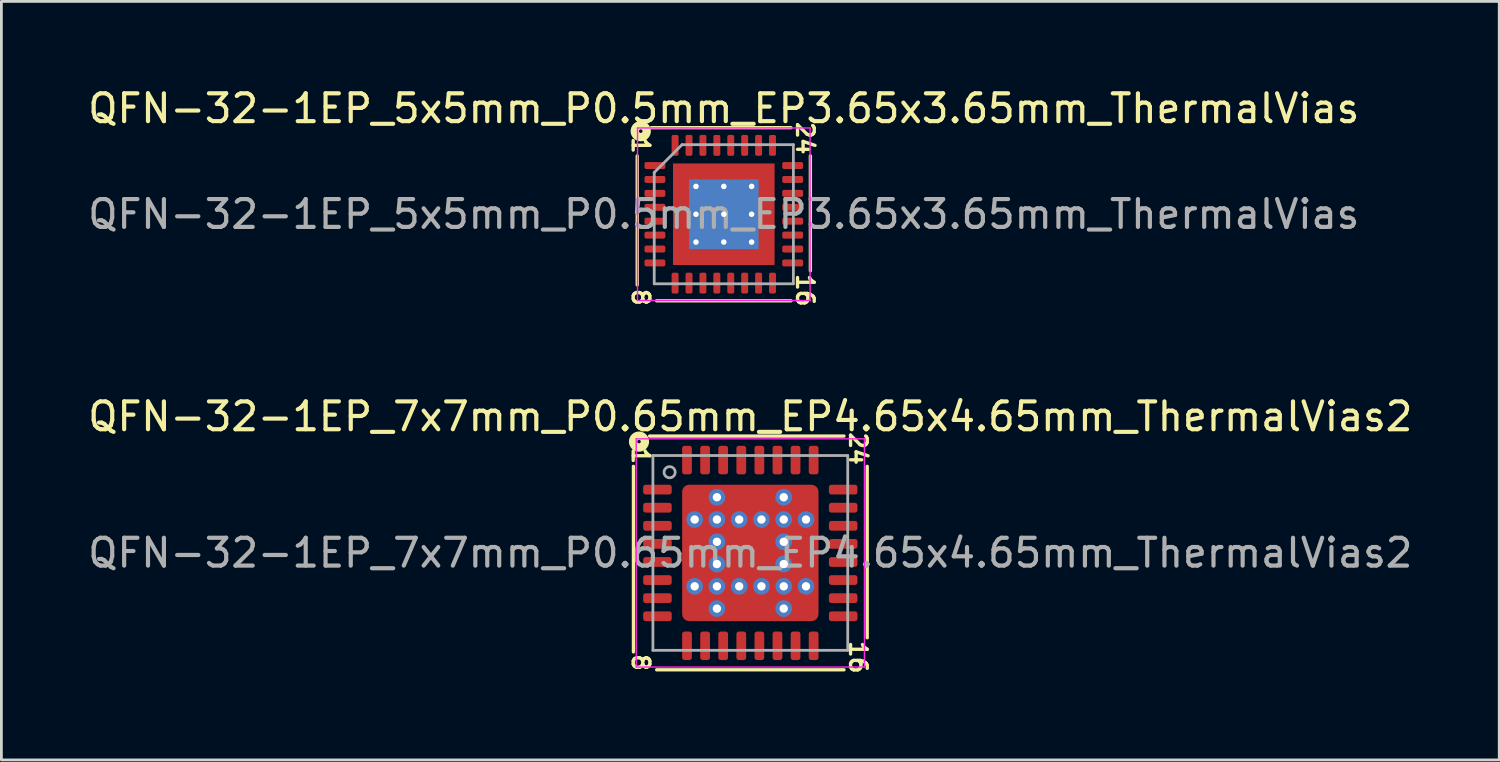
<source format=kicad_pcb>
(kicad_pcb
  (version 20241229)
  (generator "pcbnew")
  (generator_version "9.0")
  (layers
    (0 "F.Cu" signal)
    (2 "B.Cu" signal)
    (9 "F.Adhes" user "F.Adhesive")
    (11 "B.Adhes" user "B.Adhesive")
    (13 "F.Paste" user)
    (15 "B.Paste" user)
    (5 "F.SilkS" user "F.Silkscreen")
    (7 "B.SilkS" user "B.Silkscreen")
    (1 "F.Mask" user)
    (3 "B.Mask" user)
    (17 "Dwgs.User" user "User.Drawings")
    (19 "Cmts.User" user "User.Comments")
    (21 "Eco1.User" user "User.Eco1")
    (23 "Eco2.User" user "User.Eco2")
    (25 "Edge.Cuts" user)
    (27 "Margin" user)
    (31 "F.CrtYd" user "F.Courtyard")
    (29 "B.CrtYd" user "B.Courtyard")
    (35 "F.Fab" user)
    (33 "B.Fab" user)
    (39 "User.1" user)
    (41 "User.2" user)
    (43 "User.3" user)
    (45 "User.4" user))
  (footprint "QFN-32-1EP_5x5mm_P0.5mm_EP3.65x3.65mm_ThermalVias"
    (layer "F.Cu")
    (at 22.958 4.648)
    (property "Reference" "QFN-32-1EP_5x5mm_P0.5mm_EP3.65x3.65mm_ThermalVias" (at 0 -3.8 0) (layer "F.SilkS") (effects (font (size 1 1) (thickness 0.15))))
    (attr smd)
    (fp_line (start -3.111 -2.095) (end -3.111 2.54) (stroke (width 0.12) (type solid)) (layer "F.SilkS"))
    (fp_line (start -2.413 3.111) (end 2.413 3.111) (stroke (width 0.12) (type solid)) (layer "F.SilkS"))
    (fp_line (start 2.413 -3.111) (end -2.603 -3.111) (stroke (width 0.12) (type solid)) (layer "F.SilkS"))
    (fp_line (start 3.111 2.032) (end 3.111 -2.095) (stroke (width 0.12) (type solid)) (layer "F.SilkS"))
    (fp_circle (center -2.985 -2.985) (end -2.921 -2.985) (stroke (width 0.3) (type solid)) (fill no) (layer "F.SilkS"))
    (fp_line (start -3.1 -3.1) (end -3.1 3.1) (stroke (width 0.05) (type solid)) (layer "F.CrtYd"))
    (fp_line (start -3.1 3.1) (end 3.1 3.1) (stroke (width 0.05) (type solid)) (layer "F.CrtYd"))
    (fp_line (start 3.1 -3.1) (end -3.1 -3.1) (stroke (width 0.05) (type solid)) (layer "F.CrtYd"))
    (fp_line (start 3.1 3.1) (end 3.1 -3.1) (stroke (width 0.05) (type solid)) (layer "F.CrtYd"))
    (fp_line (start -2.5 -1.5) (end -1.5 -2.5) (stroke (width 0.1) (type solid)) (layer "F.Fab"))
    (fp_line (start -2.5 2.5) (end -2.5 -1.5) (stroke (width 0.1) (type solid)) (layer "F.Fab"))
    (fp_line (start -1.5 -2.5) (end 2.5 -2.5) (stroke (width 0.1) (type solid)) (layer "F.Fab"))
    (fp_line (start 2.5 -2.5) (end 2.5 2.5) (stroke (width 0.1) (type solid)) (layer "F.Fab"))
    (fp_line (start 2.5 2.5) (end -2.5 2.5) (stroke (width 0.1) (type solid)) (layer "F.Fab"))
    (fp_text user "1" (at -2.985 -2.477 270) (unlocked yes) (layer "F.SilkS") (effects (font (size 0.6 0.6) (thickness 0.12))))
    (fp_text user "16" (at 2.921 2.731 270) (unlocked yes) (layer "F.SilkS") (effects (font (size 0.6 0.6) (thickness 0.12))))
    (fp_text user "24" (at 2.921 -2.731 270) (unlocked yes) (layer "F.SilkS") (effects (font (size 0.6 0.6) (thickness 0.12))))
    (fp_text user "8" (at -2.985 2.985 270) (unlocked yes) (layer "F.SilkS") (effects (font (size 0.6 0.6) (thickness 0.12))))
    (fp_text user "${REFERENCE}" (at 0 0 0) (layer "F.Fab") (effects (font (size 1 1) (thickness 0.15))))
    (pad "" smd custom (at -1.413 -1.413) (size 0.578 0.578) (layers "F.Paste") (options (anchor circle)) (primitives (gr_poly (pts (xy -0.246 -0.246) (xy 0.246 -0.246) (xy 0.246 0.174) (xy 0.174 0.246) (xy -0.246 0.246)) (width 0.174) (fill yes))))
    (pad "" smd custom (at -1.413 -0.5) (size 0.59 0.59) (layers "F.Paste") (options (anchor circle)) (primitives (gr_poly (pts (xy -0.258 -0.328) (xy 0.195 -0.328) (xy 0.258 -0.266) (xy 0.258 0.266) (xy 0.195 0.328) (xy -0.258 0.328)) (width 0.15) (fill yes))))
    (pad "" smd custom (at -1.413 0.5) (size 0.59 0.59) (layers "F.Paste") (options (anchor circle)) (primitives (gr_poly (pts (xy -0.258 -0.328) (xy 0.195 -0.328) (xy 0.258 -0.266) (xy 0.258 0.266) (xy 0.195 0.328) (xy -0.258 0.328)) (width 0.15) (fill yes))))
    (pad "" smd custom (at -1.413 1.413) (size 0.578 0.578) (layers "F.Paste") (options (anchor circle)) (primitives (gr_poly (pts (xy -0.246 -0.246) (xy 0.174 -0.246) (xy 0.246 -0.174) (xy 0.246 0.246) (xy -0.246 0.246)) (width 0.174) (fill yes))))
    (pad "" smd custom (at -0.5 -1.413) (size 0.59 0.59) (layers "F.Paste") (options (anchor circle)) (primitives (gr_poly (pts (xy -0.328 -0.258) (xy 0.328 -0.258) (xy 0.328 0.195) (xy 0.266 0.258) (xy -0.266 0.258) (xy -0.328 0.195)) (width 0.15) (fill yes))))
    (pad "" smd roundrect (at -0.5 -0.5) (size 0.806 0.806) (layers "F.Paste") (roundrect_rratio 0.25))
    (pad "" smd roundrect (at -0.5 0.5) (size 0.806 0.806) (layers "F.Paste") (roundrect_rratio 0.25))
    (pad "" smd custom (at -0.5 1.413) (size 0.59 0.59) (layers "F.Paste") (options (anchor circle)) (primitives (gr_poly (pts (xy -0.328 -0.195) (xy -0.266 -0.258) (xy 0.266 -0.258) (xy 0.328 -0.195) (xy 0.328 0.258) (xy -0.328 0.258)) (width 0.15) (fill yes))))
    (pad "" smd custom (at 0.5 -1.413) (size 0.59 0.59) (layers "F.Paste") (options (anchor circle)) (primitives (gr_poly (pts (xy -0.328 -0.258) (xy 0.328 -0.258) (xy 0.328 0.195) (xy 0.266 0.258) (xy -0.266 0.258) (xy -0.328 0.195)) (width 0.15) (fill yes))))
    (pad "" smd roundrect (at 0.5 -0.5) (size 0.806 0.806) (layers "F.Paste") (roundrect_rratio 0.25))
    (pad "" smd roundrect (at 0.5 0.5) (size 0.806 0.806) (layers "F.Paste") (roundrect_rratio 0.25))
    (pad "" smd custom (at 0.5 1.413) (size 0.59 0.59) (layers "F.Paste") (options (anchor circle)) (primitives (gr_poly (pts (xy -0.328 -0.195) (xy -0.266 -0.258) (xy 0.266 -0.258) (xy 0.328 -0.195) (xy 0.328 0.258) (xy -0.328 0.258)) (width 0.15) (fill yes))))
    (pad "" smd custom (at 1.413 -1.413) (size 0.578 0.578) (layers "F.Paste") (options (anchor circle)) (primitives (gr_poly (pts (xy -0.246 -0.246) (xy 0.246 -0.246) (xy 0.246 0.246) (xy -0.174 0.246) (xy -0.246 0.174)) (width 0.174) (fill yes))))
    (pad "" smd custom (at 1.413 -0.5) (size 0.59 0.59) (layers "F.Paste") (options (anchor circle)) (primitives (gr_poly (pts (xy -0.258 -0.266) (xy -0.195 -0.328) (xy 0.258 -0.328) (xy 0.258 0.328) (xy -0.195 0.328) (xy -0.258 0.266)) (width 0.15) (fill yes))))
    (pad "" smd custom (at 1.413 0.5) (size 0.59 0.59) (layers "F.Paste") (options (anchor circle)) (primitives (gr_poly (pts (xy -0.258 -0.266) (xy -0.195 -0.328) (xy 0.258 -0.328) (xy 0.258 0.328) (xy -0.195 0.328) (xy -0.258 0.266)) (width 0.15) (fill yes))))
    (pad "" smd custom (at 1.413 1.413) (size 0.578 0.578) (layers "F.Paste") (options (anchor circle)) (primitives (gr_poly (pts (xy -0.246 -0.174) (xy -0.174 -0.246) (xy 0.246 -0.246) (xy 0.246 0.246) (xy -0.246 0.246)) (width 0.174) (fill yes))))
    (pad "1" smd roundrect (at -2.475 -1.75) (size 0.75 0.25) (layers "F.Cu" "F.Mask" "F.Paste") (roundrect_rratio 0.25))
    (pad "2" smd roundrect (at -2.475 -1.25) (size 0.75 0.25) (layers "F.Cu" "F.Mask" "F.Paste") (roundrect_rratio 0.25))
    (pad "3" smd roundrect (at -2.475 -0.75) (size 0.75 0.25) (layers "F.Cu" "F.Mask" "F.Paste") (roundrect_rratio 0.25))
    (pad "4" smd roundrect (at -2.475 -0.25) (size 0.75 0.25) (layers "F.Cu" "F.Mask" "F.Paste") (roundrect_rratio 0.25))
    (pad "5" smd roundrect (at -2.475 0.25) (size 0.75 0.25) (layers "F.Cu" "F.Mask" "F.Paste") (roundrect_rratio 0.25))
    (pad "6" smd roundrect (at -2.475 0.75) (size 0.75 0.25) (layers "F.Cu" "F.Mask" "F.Paste") (roundrect_rratio 0.25))
    (pad "7" smd roundrect (at -2.475 1.25) (size 0.75 0.25) (layers "F.Cu" "F.Mask" "F.Paste") (roundrect_rratio 0.25))
    (pad "8" smd roundrect (at -2.475 1.75) (size 0.75 0.25) (layers "F.Cu" "F.Mask" "F.Paste") (roundrect_rratio 0.25))
    (pad "9" smd roundrect (at -1.75 2.475) (size 0.25 0.75) (layers "F.Cu" "F.Mask" "F.Paste") (roundrect_rratio 0.25))
    (pad "10" smd roundrect (at -1.25 2.475) (size 0.25 0.75) (layers "F.Cu" "F.Mask" "F.Paste") (roundrect_rratio 0.25))
    (pad "11" smd roundrect (at -0.75 2.475) (size 0.25 0.75) (layers "F.Cu" "F.Mask" "F.Paste") (roundrect_rratio 0.25))
    (pad "12" smd roundrect (at -0.25 2.475) (size 0.25 0.75) (layers "F.Cu" "F.Mask" "F.Paste") (roundrect_rratio 0.25))
    (pad "13" smd roundrect (at 0.25 2.475) (size 0.25 0.75) (layers "F.Cu" "F.Mask" "F.Paste") (roundrect_rratio 0.25))
    (pad "14" smd roundrect (at 0.75 2.475) (size 0.25 0.75) (layers "F.Cu" "F.Mask" "F.Paste") (roundrect_rratio 0.25))
    (pad "15" smd roundrect (at 1.25 2.475) (size 0.25 0.75) (layers "F.Cu" "F.Mask" "F.Paste") (roundrect_rratio 0.25))
    (pad "16" smd roundrect (at 1.75 2.475) (size 0.25 0.75) (layers "F.Cu" "F.Mask" "F.Paste") (roundrect_rratio 0.25))
    (pad "17" smd roundrect (at 2.475 1.75) (size 0.75 0.25) (layers "F.Cu" "F.Mask" "F.Paste") (roundrect_rratio 0.25))
    (pad "18" smd roundrect (at 2.475 1.25) (size 0.75 0.25) (layers "F.Cu" "F.Mask" "F.Paste") (roundrect_rratio 0.25))
    (pad "19" smd roundrect (at 2.475 0.75) (size 0.75 0.25) (layers "F.Cu" "F.Mask" "F.Paste") (roundrect_rratio 0.25))
    (pad "20" smd roundrect (at 2.475 0.25) (size 0.75 0.25) (layers "F.Cu" "F.Mask" "F.Paste") (roundrect_rratio 0.25))
    (pad "21" smd roundrect (at 2.475 -0.25) (size 0.75 0.25) (layers "F.Cu" "F.Mask" "F.Paste") (roundrect_rratio 0.25))
    (pad "22" smd roundrect (at 2.475 -0.75) (size 0.75 0.25) (layers "F.Cu" "F.Mask" "F.Paste") (roundrect_rratio 0.25))
    (pad "23" smd roundrect (at 2.475 -1.25) (size 0.75 0.25) (layers "F.Cu" "F.Mask" "F.Paste") (roundrect_rratio 0.25))
    (pad "24" smd roundrect (at 2.475 -1.75) (size 0.75 0.25) (layers "F.Cu" "F.Mask" "F.Paste") (roundrect_rratio 0.25))
    (pad "25" smd roundrect (at 1.75 -2.475) (size 0.25 0.75) (layers "F.Cu" "F.Mask" "F.Paste") (roundrect_rratio 0.25))
    (pad "26" smd roundrect (at 1.25 -2.475) (size 0.25 0.75) (layers "F.Cu" "F.Mask" "F.Paste") (roundrect_rratio 0.25))
    (pad "27" smd roundrect (at 0.75 -2.475) (size 0.25 0.75) (layers "F.Cu" "F.Mask" "F.Paste") (roundrect_rratio 0.25))
    (pad "28" smd roundrect (at 0.25 -2.475) (size 0.25 0.75) (layers "F.Cu" "F.Mask" "F.Paste") (roundrect_rratio 0.25))
    (pad "29" smd roundrect (at -0.25 -2.475) (size 0.25 0.75) (layers "F.Cu" "F.Mask" "F.Paste") (roundrect_rratio 0.25))
    (pad "30" smd roundrect (at -0.75 -2.475) (size 0.25 0.75) (layers "F.Cu" "F.Mask" "F.Paste") (roundrect_rratio 0.25))
    (pad "31" smd roundrect (at -1.25 -2.475) (size 0.25 0.75) (layers "F.Cu" "F.Mask" "F.Paste") (roundrect_rratio 0.25))
    (pad "32" smd roundrect (at -1.75 -2.475) (size 0.25 0.75) (layers "F.Cu" "F.Mask" "F.Paste") (roundrect_rratio 0.25))
    (pad "33" thru_hole circle (at -1 -1) (size 0.5 0.5) (drill 0.2) (layers "*.Cu"))
    (pad "33" thru_hole circle (at -1 0) (size 0.5 0.5) (drill 0.2) (layers "*.Cu"))
    (pad "33" thru_hole circle (at -1 1) (size 0.5 0.5) (drill 0.2) (layers "*.Cu"))
    (pad "33" thru_hole circle (at 0 -1) (size 0.5 0.5) (drill 0.2) (layers "*.Cu"))
    (pad "33" thru_hole circle (at 0 0) (size 0.5 0.5) (drill 0.2) (layers "*.Cu"))
    (pad "33" smd rect (at 0 0) (size 2.5 2.5) (layers "B.Cu" "B.Mask"))
    (pad "33" smd rect (at 0 0) (size 3.65 3.65) (layers "F.Cu" "F.Mask"))
    (pad "33" thru_hole circle (at 0 1) (size 0.5 0.5) (drill 0.2) (layers "*.Cu"))
    (pad "33" thru_hole circle (at 1 -1) (size 0.5 0.5) (drill 0.2) (layers "*.Cu"))
    (pad "33" thru_hole circle (at 1 0) (size 0.5 0.5) (drill 0.2) (layers "*.Cu"))
    (pad "33" thru_hole circle (at 1 1) (size 0.5 0.5) (drill 0.2) (layers "*.Cu")))
  (footprint "QFN-32-1EP_7x7mm_P0.65mm_EP4.65x4.65mm_ThermalVias2"
    (layer "F.Cu")
    (at 23.911 16.818)
    (property "Reference" "QFN-32-1EP_7x7mm_P0.65mm_EP4.65x4.65mm_ThermalVias2" (at 0 -4.9 0) (layer "F.SilkS") (effects (font (size 1 1) (thickness 0.15))))
    (attr smd)
    (fp_line (start -4.2 -3.111) (end -4.2 3.556) (stroke (width 0.12) (type solid)) (layer "F.SilkS"))
    (fp_line (start -3.365 4.2) (end 3.365 4.2) (stroke (width 0.12) (type solid)) (layer "F.SilkS"))
    (fp_line (start 3.365 -4.2) (end -3.619 -4.2) (stroke (width 0.12) (type solid)) (layer "F.SilkS"))
    (fp_line (start 4.2 3.048) (end 4.2 -3.111) (stroke (width 0.12) (type solid)) (layer "F.SilkS"))
    (fp_circle (center -4 -4) (end -3.937 -4) (stroke (width 0.3) (type solid)) (fill no) (layer "F.SilkS"))
    (fp_line (start -4.1 -4.1) (end -4.1 4.1) (stroke (width 0.05) (type solid)) (layer "F.CrtYd"))
    (fp_line (start -4.1 4.1) (end 4.1 4.1) (stroke (width 0.05) (type solid)) (layer "F.CrtYd"))
    (fp_line (start 4.1 -4.1) (end -4.1 -4.1) (stroke (width 0.05) (type solid)) (layer "F.CrtYd"))
    (fp_line (start 4.1 4.1) (end 4.1 -4.1) (stroke (width 0.05) (type solid)) (layer "F.CrtYd"))
    (fp_line (start -3.5 -3.5) (end 3.5 -3.5) (stroke (width 0.1) (type solid)) (layer "F.Fab"))
    (fp_line (start -3.5 3.5) (end -3.5 -3.5) (stroke (width 0.1) (type solid)) (layer "F.Fab"))
    (fp_line (start 3.5 -3.5) (end 3.5 3.5) (stroke (width 0.1) (type solid)) (layer "F.Fab"))
    (fp_line (start 3.5 3.5) (end -3.5 3.5) (stroke (width 0.1) (type solid)) (layer "F.Fab"))
    (fp_circle (center -2.9 -2.9) (end -2.7 -2.9) (stroke (width 0.1) (type solid)) (fill no) (layer "F.Fab"))
    (fp_text user "24" (at 3.873 -3.747 270) (unlocked yes) (layer "F.SilkS") (effects (font (size 0.6 0.6) (thickness 0.12))))
    (fp_text user "8" (at -3.937 3.937 270) (unlocked yes) (layer "F.SilkS") (effects (font (size 0.6 0.6) (thickness 0.12))))
    (fp_text user "16" (at 3.873 3.747 270) (unlocked yes) (layer "F.SilkS") (effects (font (size 0.6 0.6) (thickness 0.12))))
    (fp_text user "1" (at -3.937 -3.493 270) (unlocked yes) (layer "F.SilkS") (effects (font (size 0.6 0.6) (thickness 0.12))))
    (fp_text user "${REFERENCE}" (at 0 0 0) (layer "F.Fab") (effects (font (size 1 1) (thickness 0.15))))
    (pad "" smd roundrect (at -1.913 -1.913) (size 0.625 0.625) (layers "F.Paste") (roundrect_rratio 0.25))
    (pad "" smd roundrect (at -1.913 -1.913) (size 0.825 0.825) (layers "F.Mask") (roundrect_rratio 0.25))
    (pad "" smd roundrect (at -1.913 -0.45) (size 0.625 0.7) (layers "F.Paste") (roundrect_rratio 0.25))
    (pad "" smd roundrect (at -1.913 0) (size 0.825 1.8) (layers "F.Mask") (roundrect_rratio 0.25))
    (pad "" smd roundrect (at -1.913 0.45) (size 0.625 0.7) (layers "F.Paste") (roundrect_rratio 0.25))
    (pad "" smd roundrect (at -1.913 1.913) (size 0.625 0.625) (layers "F.Paste") (roundrect_rratio 0.25))
    (pad "" smd roundrect (at -1.913 1.913) (size 0.825 0.825) (layers "F.Mask") (roundrect_rratio 0.25))
    (pad "" smd roundrect (at -0.45 -1.913) (size 0.7 0.625) (layers "F.Paste") (roundrect_rratio 0.25))
    (pad "" smd roundrect (at -0.45 -0.45) (size 0.7 0.7) (layers "F.Paste") (roundrect_rratio 0.25))
    (pad "" smd roundrect (at -0.45 0.45) (size 0.7 0.7) (layers "F.Paste") (roundrect_rratio 0.25))
    (pad "" smd roundrect (at -0.45 1.913) (size 0.7 0.625) (layers "F.Paste") (roundrect_rratio 0.25))
    (pad "" smd roundrect (at 0 -1.913) (size 1.8 0.825) (layers "F.Mask") (roundrect_rratio 0.25))
    (pad "" smd roundrect (at 0 0) (size 1.8 1.8) (layers "F.Mask") (roundrect_rratio 0.139))
    (pad "" smd roundrect (at 0 1.913) (size 1.8 0.825) (layers "F.Mask") (roundrect_rratio 0.25))
    (pad "" smd roundrect (at 0.45 -1.913) (size 0.7 0.625) (layers "F.Paste") (roundrect_rratio 0.25))
    (pad "" smd roundrect (at 0.45 -0.45) (size 0.7 0.7) (layers "F.Paste") (roundrect_rratio 0.25))
    (pad "" smd roundrect (at 0.45 0.45) (size 0.7 0.7) (layers "F.Paste") (roundrect_rratio 0.25))
    (pad "" smd roundrect (at 0.45 1.913) (size 0.7 0.625) (layers "F.Paste") (roundrect_rratio 0.25))
    (pad "" smd roundrect (at 1.913 -1.913) (size 0.625 0.625) (layers "F.Paste") (roundrect_rratio 0.25))
    (pad "" smd roundrect (at 1.913 -1.913) (size 0.825 0.825) (layers "F.Mask") (roundrect_rratio 0.25))
    (pad "" smd roundrect (at 1.913 -0.45) (size 0.625 0.7) (layers "F.Paste") (roundrect_rratio 0.25))
    (pad "" smd roundrect (at 1.913 0) (size 0.825 1.8) (layers "F.Mask") (roundrect_rratio 0.25))
    (pad "" smd roundrect (at 1.913 0.45) (size 0.625 0.7) (layers "F.Paste") (roundrect_rratio 0.25))
    (pad "" smd roundrect (at 1.913 1.913) (size 0.625 0.625) (layers "F.Paste") (roundrect_rratio 0.25))
    (pad "" smd roundrect (at 1.913 1.913) (size 0.825 0.825) (layers "F.Mask") (roundrect_rratio 0.25))
    (pad "1" smd roundrect (at -3.337 -2.275) (size 1.025 0.35) (layers "F.Cu" "F.Mask" "F.Paste") (roundrect_rratio 0.25))
    (pad "2" smd roundrect (at -3.337 -1.625) (size 1.025 0.35) (layers "F.Cu" "F.Mask" "F.Paste") (roundrect_rratio 0.25))
    (pad "3" smd roundrect (at -3.337 -0.975) (size 1.025 0.35) (layers "F.Cu" "F.Mask" "F.Paste") (roundrect_rratio 0.25))
    (pad "4" smd roundrect (at -3.337 -0.325) (size 1.025 0.35) (layers "F.Cu" "F.Mask" "F.Paste") (roundrect_rratio 0.25))
    (pad "5" smd roundrect (at -3.337 0.325) (size 1.025 0.35) (layers "F.Cu" "F.Mask" "F.Paste") (roundrect_rratio 0.25))
    (pad "6" smd roundrect (at -3.337 0.975) (size 1.025 0.35) (layers "F.Cu" "F.Mask" "F.Paste") (roundrect_rratio 0.25))
    (pad "7" smd roundrect (at -3.337 1.625) (size 1.025 0.35) (layers "F.Cu" "F.Mask" "F.Paste") (roundrect_rratio 0.25))
    (pad "8" smd roundrect (at -3.337 2.275) (size 1.025 0.35) (layers "F.Cu" "F.Mask" "F.Paste") (roundrect_rratio 0.25))
    (pad "9" smd roundrect (at -2.275 3.337) (size 0.35 1.025) (layers "F.Cu" "F.Mask" "F.Paste") (roundrect_rratio 0.25))
    (pad "10" smd roundrect (at -1.625 3.337) (size 0.35 1.025) (layers "F.Cu" "F.Mask" "F.Paste") (roundrect_rratio 0.25))
    (pad "11" smd roundrect (at -0.975 3.337) (size 0.35 1.025) (layers "F.Cu" "F.Mask" "F.Paste") (roundrect_rratio 0.25))
    (pad "12" smd roundrect (at -0.325 3.337) (size 0.35 1.025) (layers "F.Cu" "F.Mask" "F.Paste") (roundrect_rratio 0.25))
    (pad "13" smd roundrect (at 0.325 3.337) (size 0.35 1.025) (layers "F.Cu" "F.Mask" "F.Paste") (roundrect_rratio 0.25))
    (pad "14" smd roundrect (at 0.975 3.337) (size 0.35 1.025) (layers "F.Cu" "F.Mask" "F.Paste") (roundrect_rratio 0.25))
    (pad "15" smd roundrect (at 1.625 3.337) (size 0.35 1.025) (layers "F.Cu" "F.Mask" "F.Paste") (roundrect_rratio 0.25))
    (pad "16" smd roundrect (at 2.275 3.337) (size 0.35 1.025) (layers "F.Cu" "F.Mask" "F.Paste") (roundrect_rratio 0.25))
    (pad "17" smd roundrect (at 3.337 2.275) (size 1.025 0.35) (layers "F.Cu" "F.Mask" "F.Paste") (roundrect_rratio 0.25))
    (pad "18" smd roundrect (at 3.337 1.625) (size 1.025 0.35) (layers "F.Cu" "F.Mask" "F.Paste") (roundrect_rratio 0.25))
    (pad "19" smd roundrect (at 3.337 0.975) (size 1.025 0.35) (layers "F.Cu" "F.Mask" "F.Paste") (roundrect_rratio 0.25))
    (pad "20" smd roundrect (at 3.337 0.325) (size 1.025 0.35) (layers "F.Cu" "F.Mask" "F.Paste") (roundrect_rratio 0.25))
    (pad "21" smd roundrect (at 3.337 -0.325) (size 1.025 0.35) (layers "F.Cu" "F.Mask" "F.Paste") (roundrect_rratio 0.25))
    (pad "22" smd roundrect (at 3.337 -0.975) (size 1.025 0.35) (layers "F.Cu" "F.Mask" "F.Paste") (roundrect_rratio 0.25))
    (pad "23" smd roundrect (at 3.337 -1.625) (size 1.025 0.35) (layers "F.Cu" "F.Mask" "F.Paste") (roundrect_rratio 0.25))
    (pad "24" smd roundrect (at 3.337 -2.275) (size 1.025 0.35) (layers "F.Cu" "F.Mask" "F.Paste") (roundrect_rratio 0.25))
    (pad "25" smd roundrect (at 2.275 -3.337) (size 0.35 1.025) (layers "F.Cu" "F.Mask" "F.Paste") (roundrect_rratio 0.25))
    (pad "26" smd roundrect (at 1.625 -3.337) (size 0.35 1.025) (layers "F.Cu" "F.Mask" "F.Paste") (roundrect_rratio 0.25))
    (pad "27" smd roundrect (at 0.975 -3.337) (size 0.35 1.025) (layers "F.Cu" "F.Mask" "F.Paste") (roundrect_rratio 0.25))
    (pad "28" smd roundrect (at 0.325 -3.337) (size 0.35 1.025) (layers "F.Cu" "F.Mask" "F.Paste") (roundrect_rratio 0.25))
    (pad "29" smd roundrect (at -0.325 -3.337) (size 0.35 1.025) (layers "F.Cu" "F.Mask" "F.Paste") (roundrect_rratio 0.25))
    (pad "30" smd roundrect (at -0.975 -3.337) (size 0.35 1.025) (layers "F.Cu" "F.Mask" "F.Paste") (roundrect_rratio 0.25))
    (pad "31" smd roundrect (at -1.625 -3.337) (size 0.35 1.025) (layers "F.Cu" "F.Mask" "F.Paste") (roundrect_rratio 0.25))
    (pad "32" smd roundrect (at -2.275 -3.337) (size 0.35 1.025) (layers "F.Cu" "F.Mask" "F.Paste") (roundrect_rratio 0.25))
    (pad "33" thru_hole circle (at -2 -1.2) (size 0.6 0.6) (drill 0.3) (property pad_prop_heatsink) (layers "*.Cu" "*.Mask"))
    (pad "33" thru_hole circle (at -2 1.2) (size 0.6 0.6) (drill 0.3) (property pad_prop_heatsink) (layers "*.Cu" "*.Mask"))
    (pad "33" thru_hole circle (at -1.2 -2) (size 0.6 0.6) (drill 0.3) (property pad_prop_heatsink) (layers "*.Cu" "*.Mask"))
    (pad "33" thru_hole circle (at -1.2 -1.2) (size 0.6 0.6) (drill 0.3) (property pad_prop_heatsink) (layers "*.Cu" "*.Mask"))
    (pad "33" thru_hole circle (at -1.2 -0.4) (size 0.6 0.6) (drill 0.3) (property pad_prop_heatsink) (layers "*.Cu" "*.Mask"))
    (pad "33" thru_hole circle (at -1.2 0.4) (size 0.6 0.6) (drill 0.3) (property pad_prop_heatsink) (layers "*.Cu" "*.Mask"))
    (pad "33" thru_hole circle (at -1.2 1.2) (size 0.6 0.6) (drill 0.3) (property pad_prop_heatsink) (layers "*.Cu" "*.Mask"))
    (pad "33" thru_hole circle (at -1.2 2) (size 0.6 0.6) (drill 0.3) (property pad_prop_heatsink) (layers "*.Cu" "*.Mask"))
    (pad "33" thru_hole circle (at -0.4 -1.2) (size 0.6 0.6) (drill 0.3) (property pad_prop_heatsink) (layers "*.Cu" "*.Mask"))
    (pad "33" thru_hole circle (at -0.4 1.2) (size 0.6 0.6) (drill 0.3) (property pad_prop_heatsink) (layers "*.Cu" "*.Mask"))
    (pad "33" smd roundrect (at 0 0) (size 4.9 4.9) (layers "F.Cu") (roundrect_rratio 0.051))
    (pad "33" thru_hole circle (at 0.4 -1.2) (size 0.6 0.6) (drill 0.3) (property pad_prop_heatsink) (layers "*.Cu" "*.Mask"))
    (pad "33" thru_hole circle (at 0.4 1.2) (size 0.6 0.6) (drill 0.3) (property pad_prop_heatsink) (layers "*.Cu" "*.Mask"))
    (pad "33" thru_hole circle (at 1.2 -2) (size 0.6 0.6) (drill 0.3) (property pad_prop_heatsink) (layers "*.Cu" "*.Mask"))
    (pad "33" thru_hole circle (at 1.2 -1.2) (size 0.6 0.6) (drill 0.3) (property pad_prop_heatsink) (layers "*.Cu" "*.Mask"))
    (pad "33" thru_hole circle (at 1.2 -0.4) (size 0.6 0.6) (drill 0.3) (property pad_prop_heatsink) (layers "*.Cu" "*.Mask"))
    (pad "33" thru_hole circle (at 1.2 0.4) (size 0.6 0.6) (drill 0.3) (property pad_prop_heatsink) (layers "*.Cu" "*.Mask"))
    (pad "33" thru_hole circle (at 1.2 1.2) (size 0.6 0.6) (drill 0.3) (property pad_prop_heatsink) (layers "*.Cu" "*.Mask"))
    (pad "33" thru_hole circle (at 1.2 2) (size 0.6 0.6) (drill 0.3) (property pad_prop_heatsink) (layers "*.Cu" "*.Mask"))
    (pad "33" thru_hole circle (at 2 -1.2) (size 0.6 0.6) (drill 0.3) (property pad_prop_heatsink) (layers "*.Cu" "*.Mask"))
    (pad "33" thru_hole circle (at 2 1.2) (size 0.6 0.6) (drill 0.3) (property pad_prop_heatsink) (layers "*.Cu" "*.Mask")))
  (gr_rect
    (start -3 -3)
    (end 50.821 24.256)
    (stroke (width 0.1) (type default))
    (fill no)
    (layer "Edge.Cuts")))
</source>
